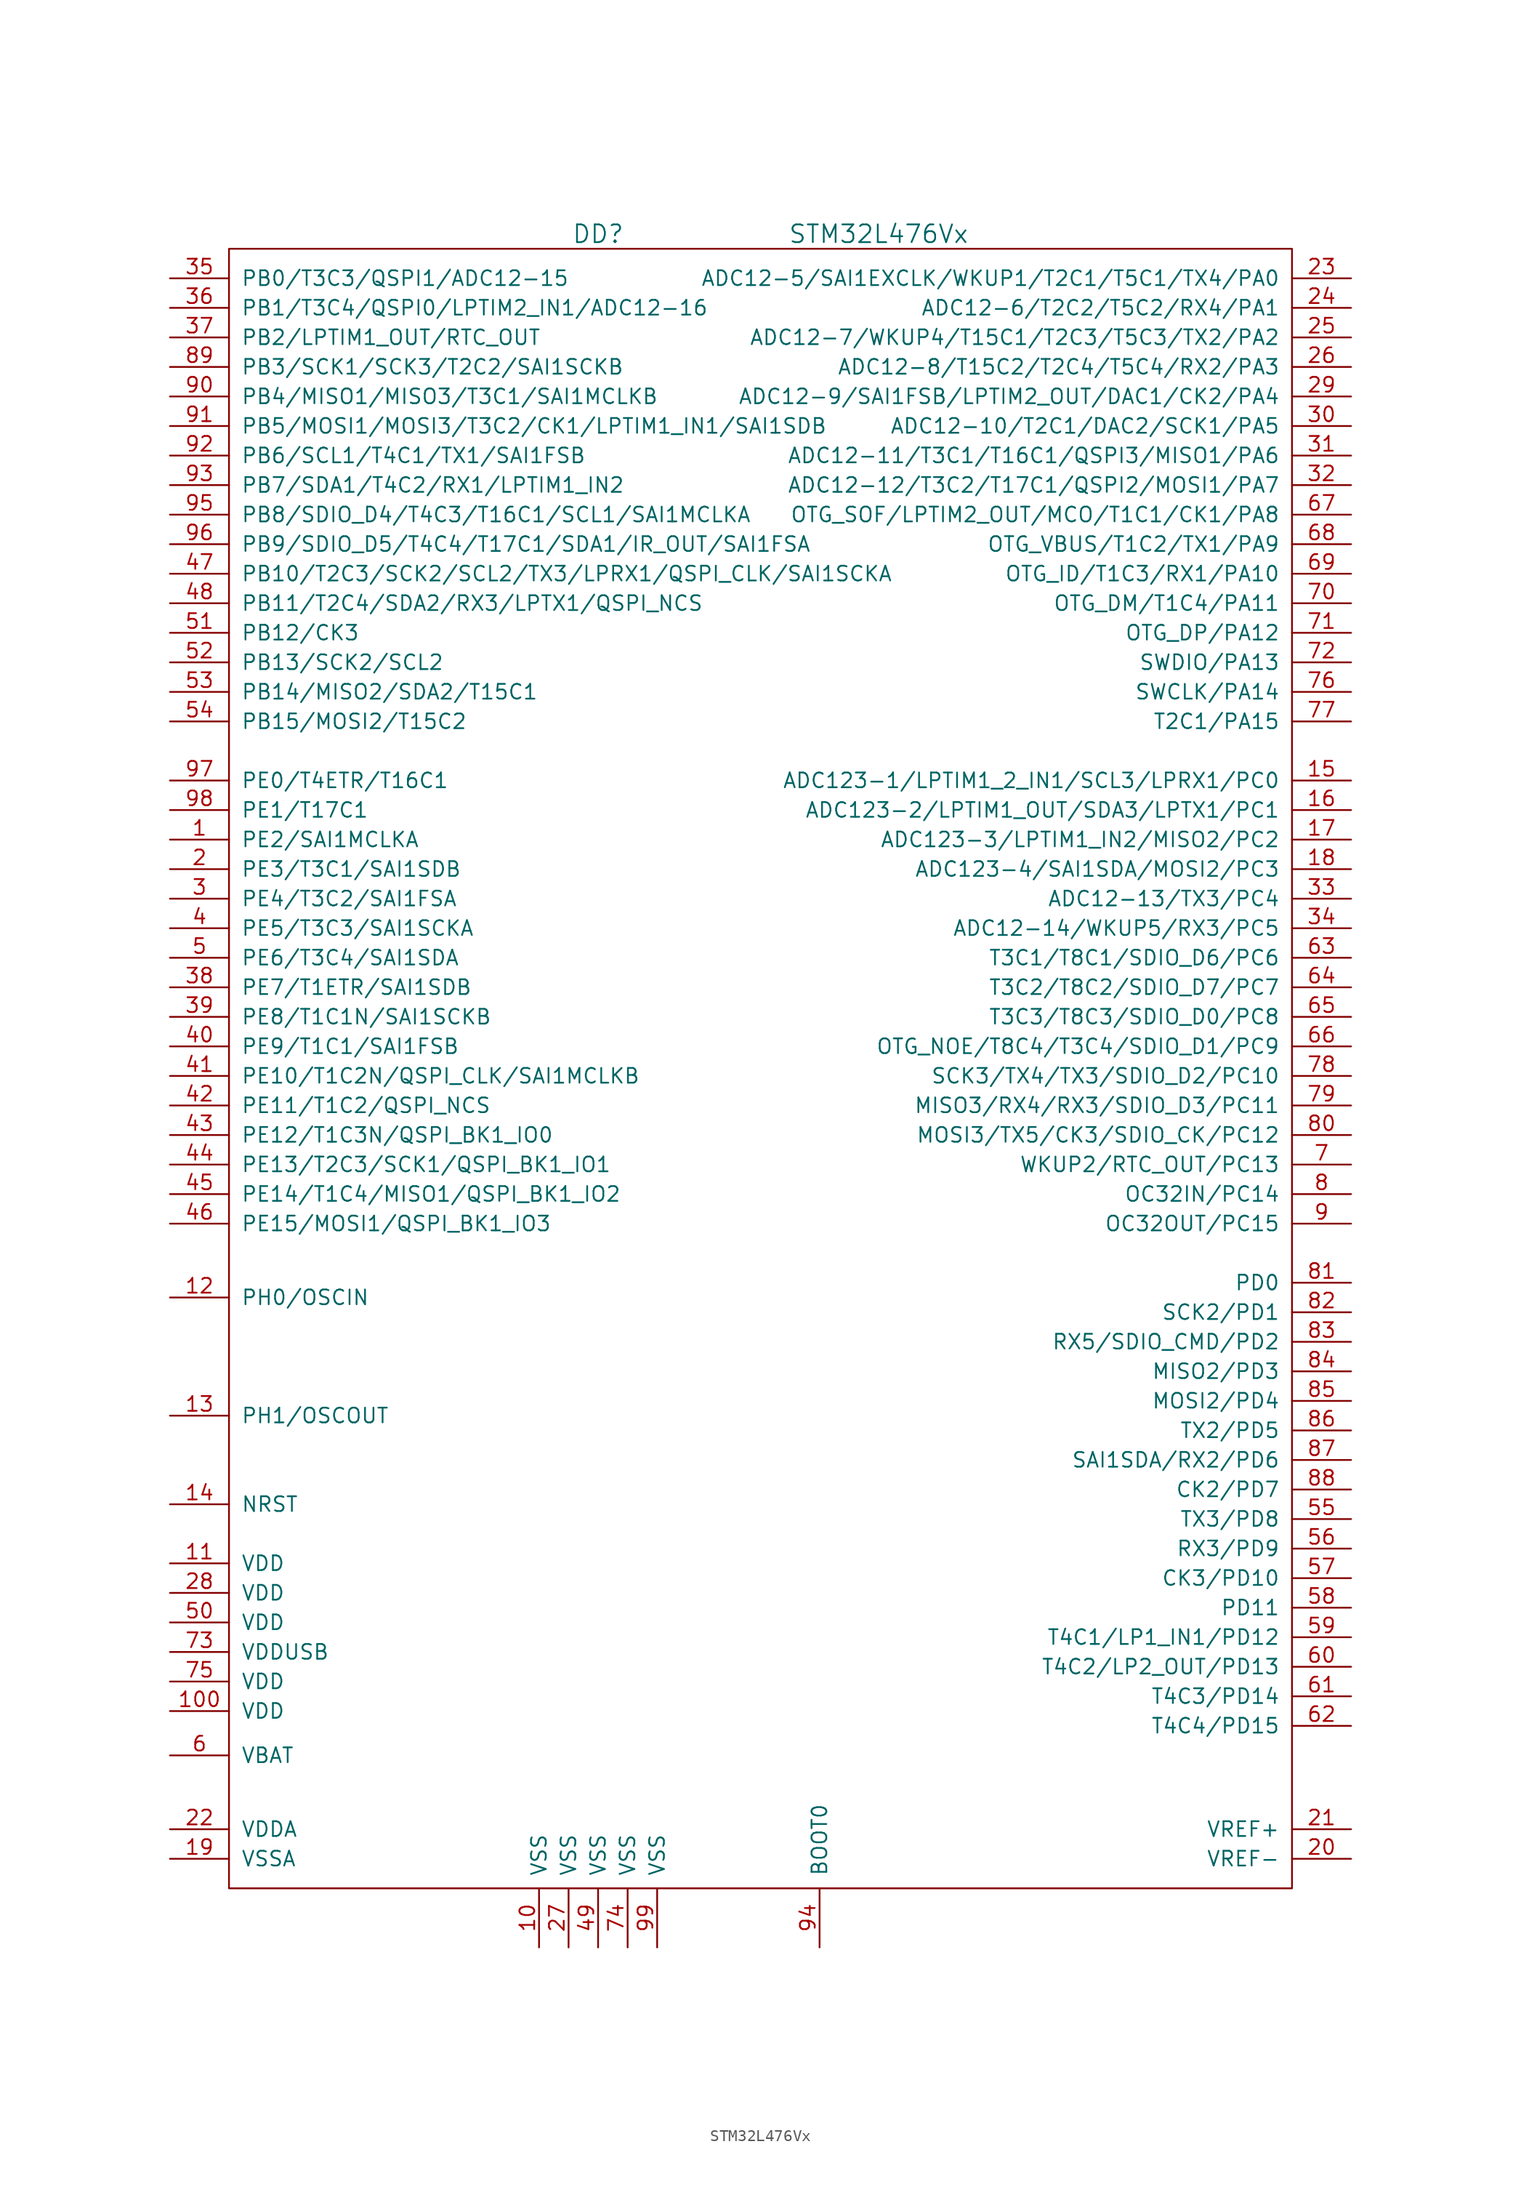
<source format=kicad_sym>
(kicad_symbol_lib
  (version 20201005)
  (generator kicad_symbol_editor)
  (symbol "st_kl:STM32L476Vx"
    (pin_names
      (offset 1.016))
    (property "Reference" "DD"
      (at -11.43 62.23 0)
      (effects (font (size 1.524 1.524))))
    (property "Value" "STM32L476Vx"
      (at 12.7 62.23 0)
      (effects (font (size 1.524 1.524))))
    (property "Datasheet" ""
      (at 0 0 0)
      (effects (font (size 1.524 1.524))))
    (symbol "STM32L476Vx_0_1"
      (rectangle (start -43.18 60.96) (end 48.26 -80.01) (stroke (width 0)) (fill (type none))))
    (symbol "STM32L476Vx_1_1"
      (pin passive line (at -48.26 10.16 0) (length 5.08) (name "PE2/SAI1MCLKA" (effects (font (size 1.27 1.27)))) (number "1" (effects (font (size 1.27 1.27)))))
      (pin power_in line (at -16.51 -85.09 90) (length 5.08) (name "VSS" (effects (font (size 1.27 1.27)))) (number "10" (effects (font (size 1.27 1.27)))))
      (pin power_in line (at -48.26 -64.77 0) (length 5.08) (name "VDD" (effects (font (size 1.27 1.27)))) (number "100" (effects (font (size 1.27 1.27)))))
      (pin power_in line (at -48.26 -52.07 0) (length 5.08) (name "VDD" (effects (font (size 1.27 1.27)))) (number "11" (effects (font (size 1.27 1.27)))))
      (pin passive line (at -48.26 -29.21 0) (length 5.08) (name "PH0/OSCIN" (effects (font (size 1.27 1.27)))) (number "12" (effects (font (size 1.27 1.27)))))
      (pin passive line (at -48.26 -39.37 0) (length 5.08) (name "PH1/OSCOUT" (effects (font (size 1.27 1.27)))) (number "13" (effects (font (size 1.27 1.27)))))
      (pin passive line (at -48.26 -46.99 0) (length 5.08) (name "NRST" (effects (font (size 1.27 1.27)))) (number "14" (effects (font (size 1.27 1.27)))))
      (pin passive line (at 53.34 15.24 180) (length 5.08) (name "ADC123-1/LPTIM1_2_IN1/SCL3/LPRX1/PC0" (effects (font (size 1.27 1.27)))) (number "15" (effects (font (size 1.27 1.27)))))
      (pin passive line (at 53.34 12.7 180) (length 5.08) (name "ADC123-2/LPTIM1_OUT/SDA3/LPTX1/PC1" (effects (font (size 1.27 1.27)))) (number "16" (effects (font (size 1.27 1.27)))))
      (pin passive line (at 53.34 10.16 180) (length 5.08) (name "ADC123-3/LPTIM1_IN2/MISO2/PC2" (effects (font (size 1.27 1.27)))) (number "17" (effects (font (size 1.27 1.27)))))
      (pin passive line (at 53.34 7.62 180) (length 5.08) (name "ADC123-4/SAI1SDA/MOSI2/PC3" (effects (font (size 1.27 1.27)))) (number "18" (effects (font (size 1.27 1.27)))))
      (pin power_in line (at -48.26 -77.47 0) (length 5.08) (name "VSSA" (effects (font (size 1.27 1.27)))) (number "19" (effects (font (size 1.27 1.27)))))
      (pin passive line (at -48.26 7.62 0) (length 5.08) (name "PE3/T3C1/SAI1SDB" (effects (font (size 1.27 1.27)))) (number "2" (effects (font (size 1.27 1.27)))))
      (pin passive line (at 53.34 -77.47 180) (length 5.08) (name "VREF-" (effects (font (size 1.27 1.27)))) (number "20" (effects (font (size 1.27 1.27)))))
      (pin passive line (at 53.34 -74.93 180) (length 5.08) (name "VREF+" (effects (font (size 1.27 1.27)))) (number "21" (effects (font (size 1.27 1.27)))))
      (pin power_in line (at -48.26 -74.93 0) (length 5.08) (name "VDDA" (effects (font (size 1.27 1.27)))) (number "22" (effects (font (size 1.27 1.27)))))
      (pin passive line (at 53.34 58.42 180) (length 5.08) (name "ADC12-5/SAI1EXCLK/WKUP1/T2C1/T5C1/TX4/PA0" (effects (font (size 1.27 1.27)))) (number "23" (effects (font (size 1.27 1.27)))))
      (pin passive line (at 53.34 55.88 180) (length 5.08) (name "ADC12-6/T2C2/T5C2/RX4/PA1" (effects (font (size 1.27 1.27)))) (number "24" (effects (font (size 1.27 1.27)))))
      (pin passive line (at 53.34 53.34 180) (length 5.08) (name "ADC12-7/WKUP4/T15C1/T2C3/T5C3/TX2/PA2" (effects (font (size 1.27 1.27)))) (number "25" (effects (font (size 1.27 1.27)))))
      (pin passive line (at 53.34 50.8 180) (length 5.08) (name "ADC12-8/T15C2/T2C4/T5C4/RX2/PA3" (effects (font (size 1.27 1.27)))) (number "26" (effects (font (size 1.27 1.27)))))
      (pin power_in line (at -13.97 -85.09 90) (length 5.08) (name "VSS" (effects (font (size 1.27 1.27)))) (number "27" (effects (font (size 1.27 1.27)))))
      (pin power_in line (at -48.26 -54.61 0) (length 5.08) (name "VDD" (effects (font (size 1.27 1.27)))) (number "28" (effects (font (size 1.27 1.27)))))
      (pin passive line (at 53.34 48.26 180) (length 5.08) (name "ADC12-9/SAI1FSB/LPTIM2_OUT/DAC1/CK2/PA4" (effects (font (size 1.27 1.27)))) (number "29" (effects (font (size 1.27 1.27)))))
      (pin passive line (at -48.26 5.08 0) (length 5.08) (name "PE4/T3C2/SAI1FSA" (effects (font (size 1.27 1.27)))) (number "3" (effects (font (size 1.27 1.27)))))
      (pin passive line (at 53.34 45.72 180) (length 5.08) (name "ADC12-10/T2C1/DAC2/SCK1/PA5" (effects (font (size 1.27 1.27)))) (number "30" (effects (font (size 1.27 1.27)))))
      (pin passive line (at 53.34 43.18 180) (length 5.08) (name "ADC12-11/T3C1/T16C1/QSPI3/MISO1/PA6" (effects (font (size 1.27 1.27)))) (number "31" (effects (font (size 1.27 1.27)))))
      (pin passive line (at 53.34 40.64 180) (length 5.08) (name "ADC12-12/T3C2/T17C1/QSPI2/MOSI1/PA7" (effects (font (size 1.27 1.27)))) (number "32" (effects (font (size 1.27 1.27)))))
      (pin passive line (at 53.34 5.08 180) (length 5.08) (name "ADC12-13/TX3/PC4" (effects (font (size 1.27 1.27)))) (number "33" (effects (font (size 1.27 1.27)))))
      (pin passive line (at 53.34 2.54 180) (length 5.08) (name "ADC12-14/WKUP5/RX3/PC5" (effects (font (size 1.27 1.27)))) (number "34" (effects (font (size 1.27 1.27)))))
      (pin passive line (at -48.26 58.42 0) (length 5.08) (name "PB0/T3C3/QSPI1/ADC12-15" (effects (font (size 1.27 1.27)))) (number "35" (effects (font (size 1.27 1.27)))))
      (pin passive line (at -48.26 55.88 0) (length 5.08) (name "PB1/T3C4/QSPI0/LPTIM2_IN1/ADC12-16" (effects (font (size 1.27 1.27)))) (number "36" (effects (font (size 1.27 1.27)))))
      (pin passive line (at -48.26 53.34 0) (length 5.08) (name "PB2/LPTIM1_OUT/RTC_OUT" (effects (font (size 1.27 1.27)))) (number "37" (effects (font (size 1.27 1.27)))))
      (pin passive line (at -48.26 -2.54 0) (length 5.08) (name "PE7/T1ETR/SAI1SDB" (effects (font (size 1.27 1.27)))) (number "38" (effects (font (size 1.27 1.27)))))
      (pin passive line (at -48.26 -5.08 0) (length 5.08) (name "PE8/T1C1N/SAI1SCKB" (effects (font (size 1.27 1.27)))) (number "39" (effects (font (size 1.27 1.27)))))
      (pin passive line (at -48.26 2.54 0) (length 5.08) (name "PE5/T3C3/SAI1SCKA" (effects (font (size 1.27 1.27)))) (number "4" (effects (font (size 1.27 1.27)))))
      (pin passive line (at -48.26 -7.62 0) (length 5.08) (name "PE9/T1C1/SAI1FSB" (effects (font (size 1.27 1.27)))) (number "40" (effects (font (size 1.27 1.27)))))
      (pin passive line (at -48.26 -10.16 0) (length 5.08) (name "PE10/T1C2N/QSPI_CLK/SAI1MCLKB" (effects (font (size 1.27 1.27)))) (number "41" (effects (font (size 1.27 1.27)))))
      (pin passive line (at -48.26 -12.7 0) (length 5.08) (name "PE11/T1C2/QSPI_NCS" (effects (font (size 1.27 1.27)))) (number "42" (effects (font (size 1.27 1.27)))))
      (pin passive line (at -48.26 -15.24 0) (length 5.08) (name "PE12/T1C3N/QSPI_BK1_IO0" (effects (font (size 1.27 1.27)))) (number "43" (effects (font (size 1.27 1.27)))))
      (pin passive line (at -48.26 -17.78 0) (length 5.08) (name "PE13/T2C3/SCK1/QSPI_BK1_IO1" (effects (font (size 1.27 1.27)))) (number "44" (effects (font (size 1.27 1.27)))))
      (pin passive line (at -48.26 -20.32 0) (length 5.08) (name "PE14/T1C4/MISO1/QSPI_BK1_IO2" (effects (font (size 1.27 1.27)))) (number "45" (effects (font (size 1.27 1.27)))))
      (pin passive line (at -48.26 -22.86 0) (length 5.08) (name "PE15/MOSI1/QSPI_BK1_IO3" (effects (font (size 1.27 1.27)))) (number "46" (effects (font (size 1.27 1.27)))))
      (pin passive line (at -48.26 33.02 0) (length 5.08) (name "PB10/T2C3/SCK2/SCL2/TX3/LPRX1/QSPI_CLK/SAI1SCKA" (effects (font (size 1.27 1.27)))) (number "47" (effects (font (size 1.27 1.27)))))
      (pin passive line (at -48.26 30.48 0) (length 5.08) (name "PB11/T2C4/SDA2/RX3/LPTX1/QSPI_NCS" (effects (font (size 1.27 1.27)))) (number "48" (effects (font (size 1.27 1.27)))))
      (pin power_in line (at -11.43 -85.09 90) (length 5.08) (name "VSS" (effects (font (size 1.27 1.27)))) (number "49" (effects (font (size 1.27 1.27)))))
      (pin passive line (at -48.26 0 0) (length 5.08) (name "PE6/T3C4/SAI1SDA" (effects (font (size 1.27 1.27)))) (number "5" (effects (font (size 1.27 1.27)))))
      (pin power_in line (at -48.26 -57.15 0) (length 5.08) (name "VDD" (effects (font (size 1.27 1.27)))) (number "50" (effects (font (size 1.27 1.27)))))
      (pin passive line (at -48.26 27.94 0) (length 5.08) (name "PB12/CK3" (effects (font (size 1.27 1.27)))) (number "51" (effects (font (size 1.27 1.27)))))
      (pin passive line (at -48.26 25.4 0) (length 5.08) (name "PB13/SCK2/SCL2" (effects (font (size 1.27 1.27)))) (number "52" (effects (font (size 1.27 1.27)))))
      (pin passive line (at -48.26 22.86 0) (length 5.08) (name "PB14/MISO2/SDA2/T15C1" (effects (font (size 1.27 1.27)))) (number "53" (effects (font (size 1.27 1.27)))))
      (pin passive line (at -48.26 20.32 0) (length 5.08) (name "PB15/MOSI2/T15C2" (effects (font (size 1.27 1.27)))) (number "54" (effects (font (size 1.27 1.27)))))
      (pin passive line (at 53.34 -48.26 180) (length 5.08) (name "TX3/PD8" (effects (font (size 1.27 1.27)))) (number "55" (effects (font (size 1.27 1.27)))))
      (pin passive line (at 53.34 -50.8 180) (length 5.08) (name "RX3/PD9" (effects (font (size 1.27 1.27)))) (number "56" (effects (font (size 1.27 1.27)))))
      (pin passive line (at 53.34 -53.34 180) (length 5.08) (name "CK3/PD10" (effects (font (size 1.27 1.27)))) (number "57" (effects (font (size 1.27 1.27)))))
      (pin passive line (at 53.34 -55.88 180) (length 5.08) (name "PD11" (effects (font (size 1.27 1.27)))) (number "58" (effects (font (size 1.27 1.27)))))
      (pin passive line (at 53.34 -58.42 180) (length 5.08) (name "T4C1/LP1_IN1/PD12" (effects (font (size 1.27 1.27)))) (number "59" (effects (font (size 1.27 1.27)))))
      (pin power_in line (at -48.26 -68.58 0) (length 5.08) (name "VBAT" (effects (font (size 1.27 1.27)))) (number "6" (effects (font (size 1.27 1.27)))))
      (pin passive line (at 53.34 -60.96 180) (length 5.08) (name "T4C2/LP2_OUT/PD13" (effects (font (size 1.27 1.27)))) (number "60" (effects (font (size 1.27 1.27)))))
      (pin passive line (at 53.34 -63.5 180) (length 5.08) (name "T4C3/PD14" (effects (font (size 1.27 1.27)))) (number "61" (effects (font (size 1.27 1.27)))))
      (pin passive line (at 53.34 -66.04 180) (length 5.08) (name "T4C4/PD15" (effects (font (size 1.27 1.27)))) (number "62" (effects (font (size 1.27 1.27)))))
      (pin passive line (at 53.34 0 180) (length 5.08) (name "T3C1/T8C1/SDIO_D6/PC6" (effects (font (size 1.27 1.27)))) (number "63" (effects (font (size 1.27 1.27)))))
      (pin passive line (at 53.34 -2.54 180) (length 5.08) (name "T3C2/T8C2/SDIO_D7/PC7" (effects (font (size 1.27 1.27)))) (number "64" (effects (font (size 1.27 1.27)))))
      (pin passive line (at 53.34 -5.08 180) (length 5.08) (name "T3C3/T8C3/SDIO_D0/PC8" (effects (font (size 1.27 1.27)))) (number "65" (effects (font (size 1.27 1.27)))))
      (pin passive line (at 53.34 -7.62 180) (length 5.08) (name "OTG_NOE/T8C4/T3C4/SDIO_D1/PC9" (effects (font (size 1.27 1.27)))) (number "66" (effects (font (size 1.27 1.27)))))
      (pin passive line (at 53.34 38.1 180) (length 5.08) (name "OTG_SOF/LPTIM2_OUT/MCO/T1C1/CK1/PA8" (effects (font (size 1.27 1.27)))) (number "67" (effects (font (size 1.27 1.27)))))
      (pin passive line (at 53.34 35.56 180) (length 5.08) (name "OTG_VBUS/T1C2/TX1/PA9" (effects (font (size 1.27 1.27)))) (number "68" (effects (font (size 1.27 1.27)))))
      (pin passive line (at 53.34 33.02 180) (length 5.08) (name "OTG_ID/T1C3/RX1/PA10" (effects (font (size 1.27 1.27)))) (number "69" (effects (font (size 1.27 1.27)))))
      (pin passive line (at 53.34 -17.78 180) (length 5.08) (name "WKUP2/RTC_OUT/PC13" (effects (font (size 1.27 1.27)))) (number "7" (effects (font (size 1.27 1.27)))))
      (pin passive line (at 53.34 30.48 180) (length 5.08) (name "OTG_DM/T1C4/PA11" (effects (font (size 1.27 1.27)))) (number "70" (effects (font (size 1.27 1.27)))))
      (pin passive line (at 53.34 27.94 180) (length 5.08) (name "OTG_DP/PA12" (effects (font (size 1.27 1.27)))) (number "71" (effects (font (size 1.27 1.27)))))
      (pin passive line (at 53.34 25.4 180) (length 5.08) (name "SWDIO/PA13" (effects (font (size 1.27 1.27)))) (number "72" (effects (font (size 1.27 1.27)))))
      (pin power_in line (at -48.26 -59.69 0) (length 5.08) (name "VDDUSB" (effects (font (size 1.27 1.27)))) (number "73" (effects (font (size 1.27 1.27)))))
      (pin power_in line (at -8.89 -85.09 90) (length 5.08) (name "VSS" (effects (font (size 1.27 1.27)))) (number "74" (effects (font (size 1.27 1.27)))))
      (pin power_in line (at -48.26 -62.23 0) (length 5.08) (name "VDD" (effects (font (size 1.27 1.27)))) (number "75" (effects (font (size 1.27 1.27)))))
      (pin passive line (at 53.34 22.86 180) (length 5.08) (name "SWCLK/PA14" (effects (font (size 1.27 1.27)))) (number "76" (effects (font (size 1.27 1.27)))))
      (pin passive line (at 53.34 20.32 180) (length 5.08) (name "T2C1/PA15" (effects (font (size 1.27 1.27)))) (number "77" (effects (font (size 1.27 1.27)))))
      (pin passive line (at 53.34 -10.16 180) (length 5.08) (name "SCK3/TX4/TX3/SDIO_D2/PC10" (effects (font (size 1.27 1.27)))) (number "78" (effects (font (size 1.27 1.27)))))
      (pin passive line (at 53.34 -12.7 180) (length 5.08) (name "MISO3/RX4/RX3/SDIO_D3/PC11" (effects (font (size 1.27 1.27)))) (number "79" (effects (font (size 1.27 1.27)))))
      (pin passive line (at 53.34 -20.32 180) (length 5.08) (name "OC32IN/PC14" (effects (font (size 1.27 1.27)))) (number "8" (effects (font (size 1.27 1.27)))))
      (pin passive line (at 53.34 -15.24 180) (length 5.08) (name "MOSI3/TX5/CK3/SDIO_CK/PC12" (effects (font (size 1.27 1.27)))) (number "80" (effects (font (size 1.27 1.27)))))
      (pin passive line (at 53.34 -27.94 180) (length 5.08) (name "PD0" (effects (font (size 1.27 1.27)))) (number "81" (effects (font (size 1.27 1.27)))))
      (pin passive line (at 53.34 -30.48 180) (length 5.08) (name "SCK2/PD1" (effects (font (size 1.27 1.27)))) (number "82" (effects (font (size 1.27 1.27)))))
      (pin passive line (at 53.34 -33.02 180) (length 5.08) (name "RX5/SDIO_CMD/PD2" (effects (font (size 1.27 1.27)))) (number "83" (effects (font (size 1.27 1.27)))))
      (pin passive line (at 53.34 -35.56 180) (length 5.08) (name "MISO2/PD3" (effects (font (size 1.27 1.27)))) (number "84" (effects (font (size 1.27 1.27)))))
      (pin passive line (at 53.34 -38.1 180) (length 5.08) (name "MOSI2/PD4" (effects (font (size 1.27 1.27)))) (number "85" (effects (font (size 1.27 1.27)))))
      (pin passive line (at 53.34 -40.64 180) (length 5.08) (name "TX2/PD5" (effects (font (size 1.27 1.27)))) (number "86" (effects (font (size 1.27 1.27)))))
      (pin passive line (at 53.34 -43.18 180) (length 5.08) (name "SAI1SDA/RX2/PD6" (effects (font (size 1.27 1.27)))) (number "87" (effects (font (size 1.27 1.27)))))
      (pin passive line (at 53.34 -45.72 180) (length 5.08) (name "CK2/PD7" (effects (font (size 1.27 1.27)))) (number "88" (effects (font (size 1.27 1.27)))))
      (pin passive line (at -48.26 50.8 0) (length 5.08) (name "PB3/SCK1/SCK3/T2C2/SAI1SCKB" (effects (font (size 1.27 1.27)))) (number "89" (effects (font (size 1.27 1.27)))))
      (pin passive line (at 53.34 -22.86 180) (length 5.08) (name "OC32OUT/PC15" (effects (font (size 1.27 1.27)))) (number "9" (effects (font (size 1.27 1.27)))))
      (pin passive line (at -48.26 48.26 0) (length 5.08) (name "PB4/MISO1/MISO3/T3C1/SAI1MCLKB" (effects (font (size 1.27 1.27)))) (number "90" (effects (font (size 1.27 1.27)))))
      (pin passive line (at -48.26 45.72 0) (length 5.08) (name "PB5/MOSI1/MOSI3/T3C2/CK1/LPTIM1_IN1/SAI1SDB" (effects (font (size 1.27 1.27)))) (number "91" (effects (font (size 1.27 1.27)))))
      (pin passive line (at -48.26 43.18 0) (length 5.08) (name "PB6/SCL1/T4C1/TX1/SAI1FSB" (effects (font (size 1.27 1.27)))) (number "92" (effects (font (size 1.27 1.27)))))
      (pin passive line (at -48.26 40.64 0) (length 5.08) (name "PB7/SDA1/T4C2/RX1/LPTIM1_IN2" (effects (font (size 1.27 1.27)))) (number "93" (effects (font (size 1.27 1.27)))))
      (pin passive line (at 7.62 -85.09 90) (length 5.08) (name "BOOT0" (effects (font (size 1.27 1.27)))) (number "94" (effects (font (size 1.27 1.27)))))
      (pin passive line (at -48.26 38.1 0) (length 5.08) (name "PB8/SDIO_D4/T4C3/T16C1/SCL1/SAI1MCLKA" (effects (font (size 1.27 1.27)))) (number "95" (effects (font (size 1.27 1.27)))))
      (pin passive line (at -48.26 35.56 0) (length 5.08) (name "PB9/SDIO_D5/T4C4/T17C1/SDA1/IR_OUT/SAI1FSA" (effects (font (size 1.27 1.27)))) (number "96" (effects (font (size 1.27 1.27)))))
      (pin passive line (at -48.26 15.24 0) (length 5.08) (name "PE0/T4ETR/T16C1" (effects (font (size 1.27 1.27)))) (number "97" (effects (font (size 1.27 1.27)))))
      (pin passive line (at -48.26 12.7 0) (length 5.08) (name "PE1/T17C1" (effects (font (size 1.27 1.27)))) (number "98" (effects (font (size 1.27 1.27)))))
      (pin power_in line (at -6.35 -85.09 90) (length 5.08) (name "VSS" (effects (font (size 1.27 1.27)))) (number "99" (effects (font (size 1.27 1.27))))))))
</source>
